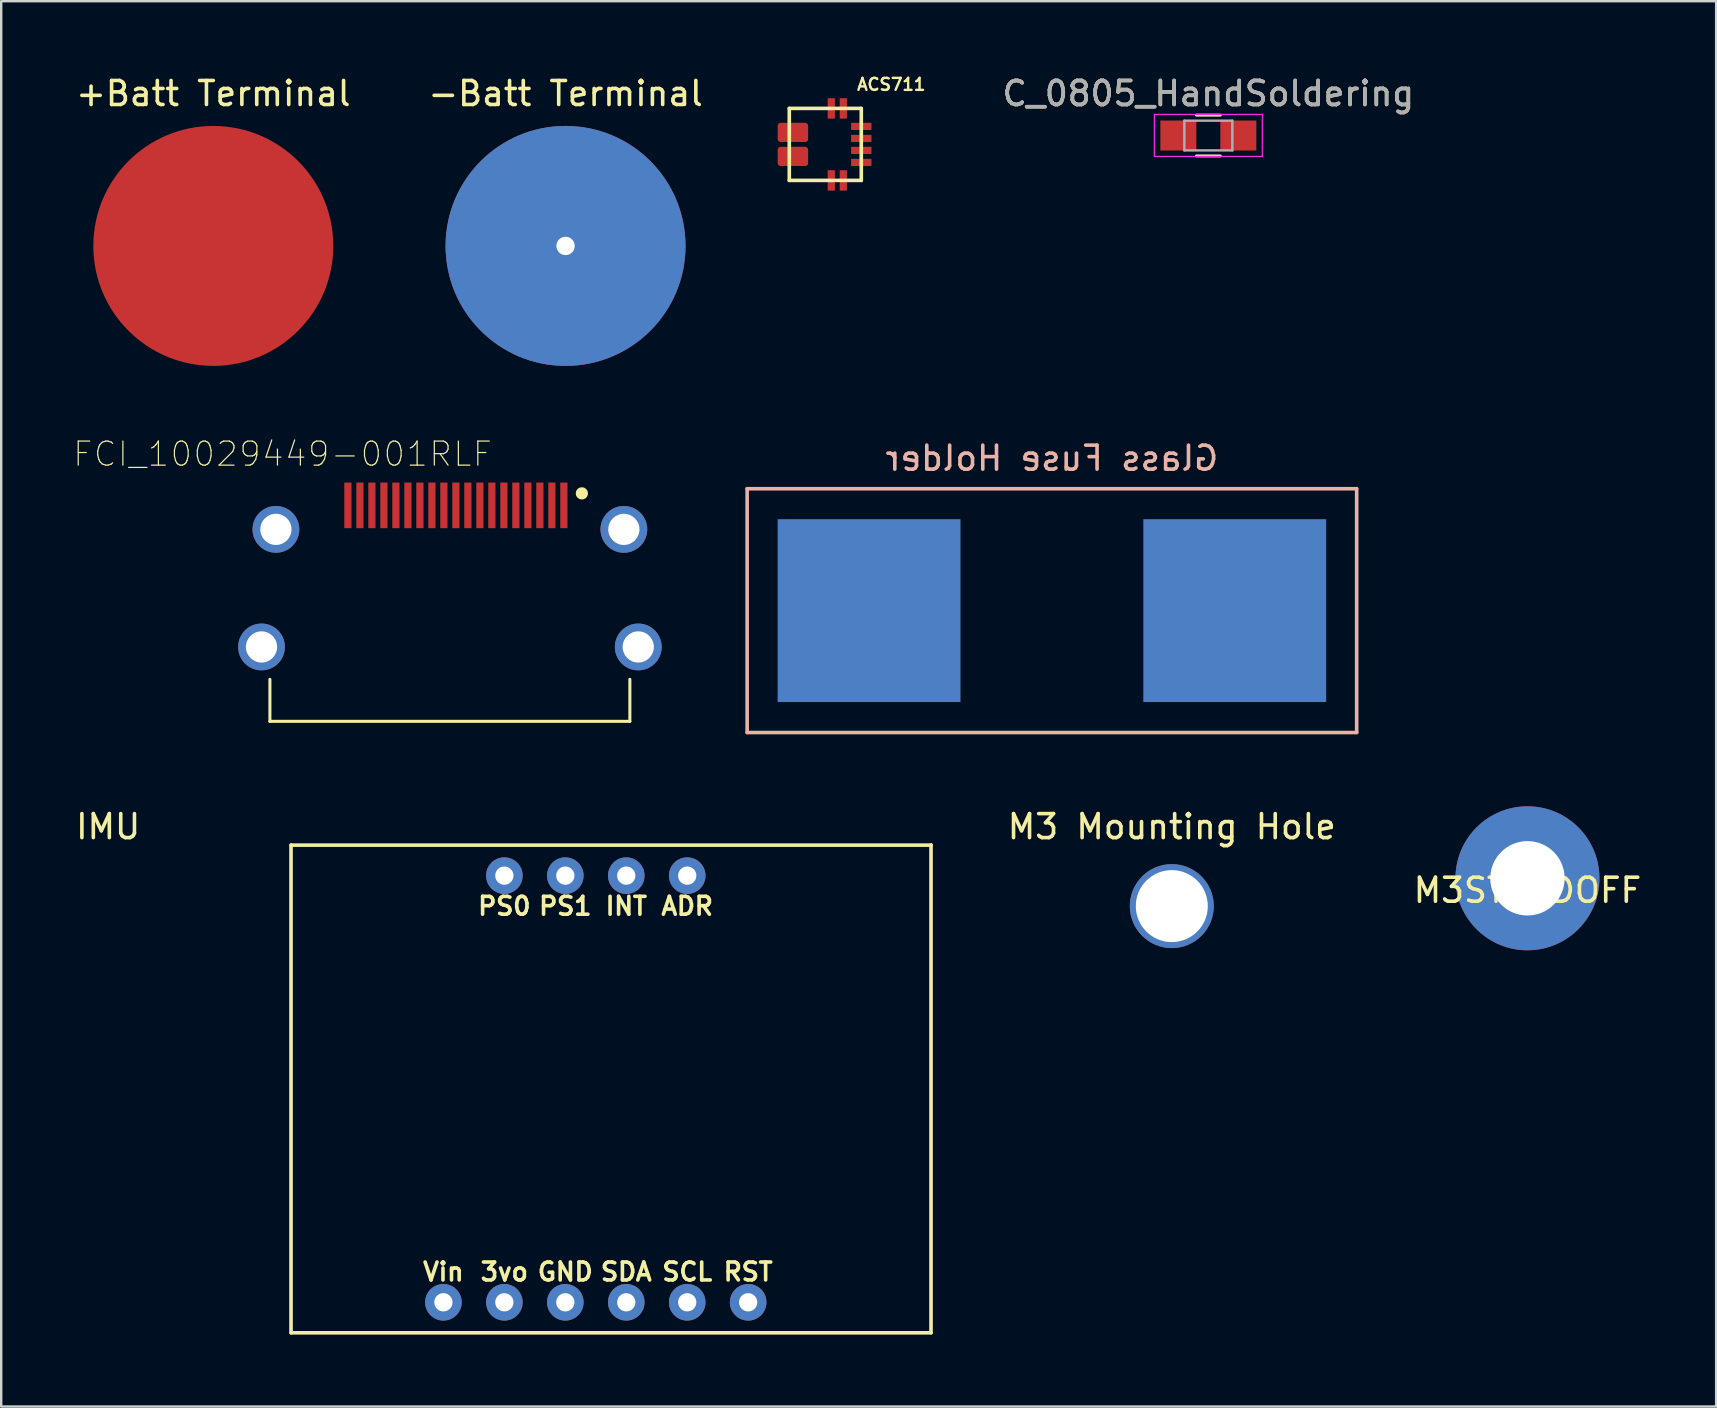
<source format=kicad_pcb>
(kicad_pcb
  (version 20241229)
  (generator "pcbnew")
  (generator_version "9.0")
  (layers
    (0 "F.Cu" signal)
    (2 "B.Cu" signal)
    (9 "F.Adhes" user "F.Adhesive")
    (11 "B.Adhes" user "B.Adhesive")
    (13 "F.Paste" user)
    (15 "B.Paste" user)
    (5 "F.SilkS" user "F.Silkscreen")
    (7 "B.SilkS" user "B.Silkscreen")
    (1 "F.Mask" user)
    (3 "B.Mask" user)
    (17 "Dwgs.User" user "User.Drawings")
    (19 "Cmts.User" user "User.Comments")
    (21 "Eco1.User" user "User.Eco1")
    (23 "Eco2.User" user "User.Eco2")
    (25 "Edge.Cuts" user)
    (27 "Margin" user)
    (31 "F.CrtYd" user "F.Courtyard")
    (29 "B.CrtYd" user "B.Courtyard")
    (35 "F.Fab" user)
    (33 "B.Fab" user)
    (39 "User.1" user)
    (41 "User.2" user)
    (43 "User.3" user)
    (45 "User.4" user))
  (footprint "C_0805_HandSoldering"
    (layer "F.Cu")
    (at 47.305 2.598)
    (property "Reference" "C_0805_HandSoldering" (at 0 -1.75 0) (layer "F.SilkS") (effects (font (size 1 1) (thickness 0.15))))
    (attr smd)
    (fp_line (start -0.5 0.85) (end 0.5 0.85) (stroke (width 0.12) (type solid)) (layer "F.SilkS"))
    (fp_line (start 0.5 -0.85) (end -0.5 -0.85) (stroke (width 0.12) (type solid)) (layer "F.SilkS"))
    (fp_line (start -2.25 -0.88) (end -2.25 0.87) (stroke (width 0.05) (type solid)) (layer "F.CrtYd"))
    (fp_line (start -2.25 -0.88) (end 2.25 -0.88) (stroke (width 0.05) (type solid)) (layer "F.CrtYd"))
    (fp_line (start 2.25 0.87) (end -2.25 0.87) (stroke (width 0.05) (type solid)) (layer "F.CrtYd"))
    (fp_line (start 2.25 0.87) (end 2.25 -0.88) (stroke (width 0.05) (type solid)) (layer "F.CrtYd"))
    (fp_line (start -1 -0.62) (end 1 -0.62) (stroke (width 0.1) (type solid)) (layer "F.Fab"))
    (fp_line (start -1 0.62) (end -1 -0.62) (stroke (width 0.1) (type solid)) (layer "F.Fab"))
    (fp_line (start 1 -0.62) (end 1 0.62) (stroke (width 0.1) (type solid)) (layer "F.Fab"))
    (fp_line (start 1 0.62) (end -1 0.62) (stroke (width 0.1) (type solid)) (layer "F.Fab"))
    (fp_text user "${REFERENCE}" (at 0 -1.75 0) (layer "F.Fab") (effects (font (size 1 1) (thickness 0.15))))
    (pad "1" smd rect (at -1.25 0) (size 1.5 1.25) (layers "F.Cu" "F.Mask" "F.Paste"))
    (pad "2" smd rect (at 1.25 0) (size 1.5 1.25) (layers "F.Cu" "F.Mask" "F.Paste")))
  (footprint "-Batt Terminal"
    (layer "F.Cu")
    (at 20.518 7.198)
    (property "Reference" "-Batt Terminal" (at 0 -6.35 0) (layer "F.SilkS") (effects (font (size 1 1) (thickness 0.15))))
    (attr through_hole)
    (pad "1" thru_hole circle (at 0 0) (size 10 10) (drill 0.765) (layers "F.Cu" "F.Mask")))
  (footprint "IMU"
    (layer "F.Cu")
    (at 21.778 42.33)
    (property "Reference" "IMU" (at -20.32 -10.93 0) (layer "F.SilkS") (effects (font (size 1 1) (thickness 0.15))))
    (attr through_hole)
    (fp_line (start -12.7 -10.16) (end 13.97 -10.16) (stroke (width 0.15) (type solid)) (layer "F.SilkS"))
    (fp_line (start -12.7 10.16) (end -12.7 -10.16) (stroke (width 0.15) (type solid)) (layer "F.SilkS"))
    (fp_line (start -12.7 10.16) (end 13.97 10.16) (stroke (width 0.15) (type solid)) (layer "F.SilkS"))
    (fp_line (start 13.97 -10.16) (end 13.97 -10.16) (stroke (width 0.15) (type solid)) (layer "F.SilkS"))
    (fp_line (start 13.97 10.16) (end 13.97 -10.16) (stroke (width 0.15) (type solid)) (layer "F.SilkS"))
    (fp_text user "Vin" (at -6.35 7.62 0) (layer "F.SilkS") (effects (font (size 0.746 0.746) (thickness 0.15))))
    (fp_text user "INT" (at 1.27 -7.62 0) (layer "F.SilkS") (effects (font (size 0.746 0.746) (thickness 0.15))))
    (fp_text user "SCL" (at 3.81 7.62 0) (layer "F.SilkS") (effects (font (size 0.746 0.746) (thickness 0.15))))
    (fp_text user "RST" (at 6.35 7.62 0) (layer "F.SilkS") (effects (font (size 0.746 0.746) (thickness 0.15))))
    (fp_text user "3vo" (at -3.81 7.62 0) (layer "F.SilkS") (effects (font (size 0.746 0.746) (thickness 0.15))))
    (fp_text user "SDA" (at 1.27 7.62 0) (layer "F.SilkS") (effects (font (size 0.746 0.746) (thickness 0.15))))
    (fp_text user "GND" (at -1.27 7.62 0) (layer "F.SilkS") (effects (font (size 0.746 0.746) (thickness 0.15))))
    (fp_text user "PS1" (at -1.27 -7.62 0) (layer "F.SilkS") (effects (font (size 0.746 0.746) (thickness 0.15))))
    (fp_text user "ADR" (at 3.81 -7.62 0) (layer "F.SilkS") (effects (font (size 0.746 0.746) (thickness 0.15))))
    (fp_text user "PS0" (at -3.81 -7.62 0) (layer "F.SilkS") (effects (font (size 0.746 0.746) (thickness 0.15))))
    (pad "1" thru_hole circle (at -6.35 8.89) (size 1.524 1.524) (drill 0.762) (layers "*.Cu" "*.Mask"))
    (pad "2" thru_hole circle (at -3.81 8.89) (size 1.524 1.524) (drill 0.762) (layers "*.Cu" "*.Mask"))
    (pad "3" thru_hole circle (at -1.27 8.89) (size 1.524 1.524) (drill 0.762) (layers "*.Cu" "*.Mask"))
    (pad "4" thru_hole circle (at 1.27 8.89) (size 1.524 1.524) (drill 0.762) (layers "*.Cu" "*.Mask"))
    (pad "5" thru_hole circle (at 3.81 8.89) (size 1.524 1.524) (drill 0.762) (layers "*.Cu" "*.Mask"))
    (pad "6" thru_hole circle (at 6.35 8.89) (size 1.524 1.524) (drill 0.762) (layers "*.Cu" "*.Mask"))
    (pad "7" thru_hole circle (at -3.81 -8.89) (size 1.524 1.524) (drill 0.762) (layers "*.Cu" "*.Mask"))
    (pad "8" thru_hole circle (at -1.27 -8.89) (size 1.524 1.524) (drill 0.762) (layers "*.Cu" "*.Mask"))
    (pad "9" thru_hole circle (at 1.27 -8.89) (size 1.524 1.524) (drill 0.762) (layers "*.Cu" "*.Mask"))
    (pad "10" thru_hole circle (at 3.81 -8.89) (size 1.524 1.524) (drill 0.762) (layers "*.Cu" "*.Mask")))
  (footprint "M3STANDOFF"
    (layer "F.Cu")
    (at 60.603 33.551)
    (property "Reference" "M3STANDOFF" (at 0 0.5 0) (layer "F.SilkS") (effects (font (size 1 1) (thickness 0.15))))
    (attr through_hole)
    (pad "1" thru_hole circle (at 0 0) (size 6 6) (drill 3.1) (layers "*.Cu" "*.Mask")))
  (footprint "+Batt Terminal"
    (layer "F.Cu")
    (at 5.839 7.198)
    (property "Reference" "+Batt Terminal" (at 0 -6.35 0) (layer "F.SilkS") (effects (font (size 1 1) (thickness 0.15))))
    (attr through_hole)
    (pad "1" smd circle (at 0 0) (size 10 10) (layers "F.Cu" "F.Mask" "F.Paste")))
  (footprint "Glass Fuse Holder"
    (layer "F.Cu")
    (at 29.356 26.206)
    (property "Reference" "Glass Fuse Holder" (at 11.43 -10.16 0) (layer "B.SilkS") (effects (font (size 1 1) (thickness 0.15)) (justify mirror)))
    (attr through_hole)
    (fp_line (start -1.27 1.27) (end -1.27 -8.89) (stroke (width 0.15) (type solid)) (layer "B.SilkS"))
    (fp_line (start 24.13 -8.89) (end -1.27 -8.89) (stroke (width 0.15) (type solid)) (layer "B.SilkS"))
    (fp_line (start 24.13 -8.89) (end 24.13 1.27) (stroke (width 0.15) (type solid)) (layer "B.SilkS"))
    (fp_line (start 24.13 1.27) (end -1.27 1.27) (stroke (width 0.15) (type solid)) (layer "B.SilkS"))
    (pad "1" smd rect (at 3.81 -3.81) (size 7.62 7.62) (layers "B.Cu" "B.Mask"))
    (pad "2" smd rect (at 19.05 -3.81) (size 7.62 7.62) (layers "B.Cu" "B.Mask")))
  (footprint "FCI_10029449-001RLF"
    (layer "F.Cu")
    (at 15.698 18.01)
    (property "Reference" "FCI_10029449-001RLF" (at -6.971 -2.138 0) (layer "F.SilkS") (effects (font (size 1.002 1.002) (thickness 0.05))))
    (attr smd)
    (fp_line (start -7.5 9) (end -7.5 7.25) (stroke (width 0.127) (type solid)) (layer "F.SilkS"))
    (fp_line (start 7.5 7.25) (end 7.5 9) (stroke (width 0.127) (type solid)) (layer "F.SilkS"))
    (fp_line (start 7.5 9) (end -7.5 9) (stroke (width 0.127) (type solid)) (layer "F.SilkS"))
    (fp_circle (center 5.5 -0.5) (end 5.754 -0.5) (stroke (width 0) (type solid)) (fill yes) (layer "F.SilkS"))
    (fp_line (start -9.25 -1.25) (end 9.25 -1.25) (stroke (width 0.127) (type solid)) (layer "Eco1.User"))
    (fp_line (start -9.25 9.25) (end -9.25 -1.25) (stroke (width 0.127) (type solid)) (layer "Eco1.User"))
    (fp_line (start 9.25 -1.25) (end 9.25 9.25) (stroke (width 0.127) (type solid)) (layer "Eco1.User"))
    (fp_line (start 9.25 9.25) (end -9.25 9.25) (stroke (width 0.127) (type solid)) (layer "Eco1.User"))
    (pad "1" smd rect (at 4.75 0 90) (size 1.9 0.3) (layers "F.Cu" "F.Mask" "F.Paste"))
    (pad "2" smd rect (at 4.25 0 90) (size 1.9 0.3) (layers "F.Cu" "F.Mask" "F.Paste"))
    (pad "3" smd rect (at 3.75 0 90) (size 1.9 0.3) (layers "F.Cu" "F.Mask" "F.Paste"))
    (pad "4" smd rect (at 3.25 0 90) (size 1.9 0.3) (layers "F.Cu" "F.Mask" "F.Paste"))
    (pad "5" smd rect (at 2.75 0 90) (size 1.9 0.3) (layers "F.Cu" "F.Mask" "F.Paste"))
    (pad "6" smd rect (at 2.25 0 90) (size 1.9 0.3) (layers "F.Cu" "F.Mask" "F.Paste"))
    (pad "7" smd rect (at 1.75 0 90) (size 1.9 0.3) (layers "F.Cu" "F.Mask" "F.Paste"))
    (pad "8" smd rect (at 1.25 0 90) (size 1.9 0.3) (layers "F.Cu" "F.Mask" "F.Paste"))
    (pad "9" smd rect (at 0.75 0 90) (size 1.9 0.3) (layers "F.Cu" "F.Mask" "F.Paste"))
    (pad "10" smd rect (at 0.25 0 90) (size 1.9 0.3) (layers "F.Cu" "F.Mask" "F.Paste"))
    (pad "11" smd rect (at -0.25 0 90) (size 1.9 0.3) (layers "F.Cu" "F.Mask" "F.Paste"))
    (pad "12" smd rect (at -0.75 0 90) (size 1.9 0.3) (layers "F.Cu" "F.Mask" "F.Paste"))
    (pad "13" smd rect (at -1.25 0 90) (size 1.9 0.3) (layers "F.Cu" "F.Mask" "F.Paste"))
    (pad "14" smd rect (at -1.75 0 90) (size 1.9 0.3) (layers "F.Cu" "F.Mask" "F.Paste"))
    (pad "15" smd rect (at -2.25 0 90) (size 1.9 0.3) (layers "F.Cu" "F.Mask" "F.Paste"))
    (pad "16" smd rect (at -2.75 0 90) (size 1.9 0.3) (layers "F.Cu" "F.Mask" "F.Paste"))
    (pad "17" smd rect (at -3.25 0 90) (size 1.9 0.3) (layers "F.Cu" "F.Mask" "F.Paste"))
    (pad "18" smd rect (at -3.75 0 90) (size 1.9 0.3) (layers "F.Cu" "F.Mask" "F.Paste"))
    (pad "19" smd rect (at -4.25 0 90) (size 1.9 0.3) (layers "F.Cu" "F.Mask" "F.Paste"))
    (pad "P1" thru_hole circle (at 7.25 1) (size 1.95 1.95) (drill 1.3) (layers "*.Cu" "*.Mask"))
    (pad "P2" thru_hole circle (at -7.25 1) (size 1.95 1.95) (drill 1.3) (layers "*.Cu" "*.Mask"))
    (pad "P3" thru_hole circle (at -7.85 5.9) (size 1.95 1.95) (drill 1.3) (layers "*.Cu" "*.Mask"))
    (pad "P4" thru_hole circle (at 7.85 5.9) (size 1.95 1.95) (drill 1.3) (layers "*.Cu" "*.Mask")))
  (footprint "ACS711"
    (layer "F.Cu")
    (at 31.342 2.968)
    (property "Reference" "ACS711" (at 2.75 -2.5 0) (layer "F.SilkS") (effects (font (size 0.5 0.5) (thickness 0.1))))
    (attr through_hole)
    (fp_line (start -1.5 -1.5) (end 1.5 -1.5) (stroke (width 0.15) (type solid)) (layer "F.SilkS"))
    (fp_line (start -1.5 1.5) (end -1.5 -1.5) (stroke (width 0.15) (type solid)) (layer "F.SilkS"))
    (fp_line (start 1.5 -1.5) (end 1.5 1.5) (stroke (width 0.15) (type solid)) (layer "F.SilkS"))
    (fp_line (start 1.5 1.5) (end -1.5 1.5) (stroke (width 0.15) (type solid)) (layer "F.SilkS"))
    (pad "1" smd roundrect (at -1.35 -0.5 180) (size 1.27 0.8) (layers "F.Cu" "F.Mask" "F.Paste") (roundrect_rratio 0.15))
    (pad "3" smd roundrect (at -1.35 0.5 180) (size 1.27 0.8) (layers "F.Cu" "F.Mask" "F.Paste") (roundrect_rratio 0.15))
    (pad "5" smd rect (at 0.25 1.5) (size 0.3 0.85) (layers "F.Cu" "F.Mask" "F.Paste"))
    (pad "6" smd rect (at 0.75 1.5) (size 0.3 0.85) (layers "F.Cu" "F.Mask" "F.Paste"))
    (pad "7" smd rect (at 1.5 -0.75 90) (size 0.3 0.85) (layers "F.Cu" "F.Mask" "F.Paste"))
    (pad "7" smd rect (at 1.5 -0.25 90) (size 0.3 0.85) (layers "F.Cu" "F.Mask" "F.Paste"))
    (pad "7" smd rect (at 1.5 0.25 90) (size 0.3 0.85) (layers "F.Cu" "F.Mask" "F.Paste"))
    (pad "7" smd rect (at 1.5 0.75 90) (size 0.3 0.85) (layers "F.Cu" "F.Mask" "F.Paste"))
    (pad "11" smd rect (at 0.75 -1.5) (size 0.3 0.85) (layers "F.Cu" "F.Mask" "F.Paste"))
    (pad "12" smd rect (at 0.25 -1.5) (size 0.3 0.85) (layers "F.Cu" "F.Mask" "F.Paste")))
  (footprint "M3 Mounting Hole"
    (layer "F.Cu")
    (at 45.782 34.71)
    (property "Reference" "M3 Mounting Hole" (at 0 -3.31 0) (layer "F.SilkS") (effects (font (size 1 1) (thickness 0.15))))
    (attr through_hole)
    (pad "1" thru_hole circle (at 0 0) (size 3.5 3.5) (drill 3) (layers "*.Cu" "*.Mask")))
  (gr_rect
    (start -3 -3)
    (end 68.466 55.565)
    (stroke (width 0.1) (type default))
    (fill no)
    (layer "Edge.Cuts")))
</source>
